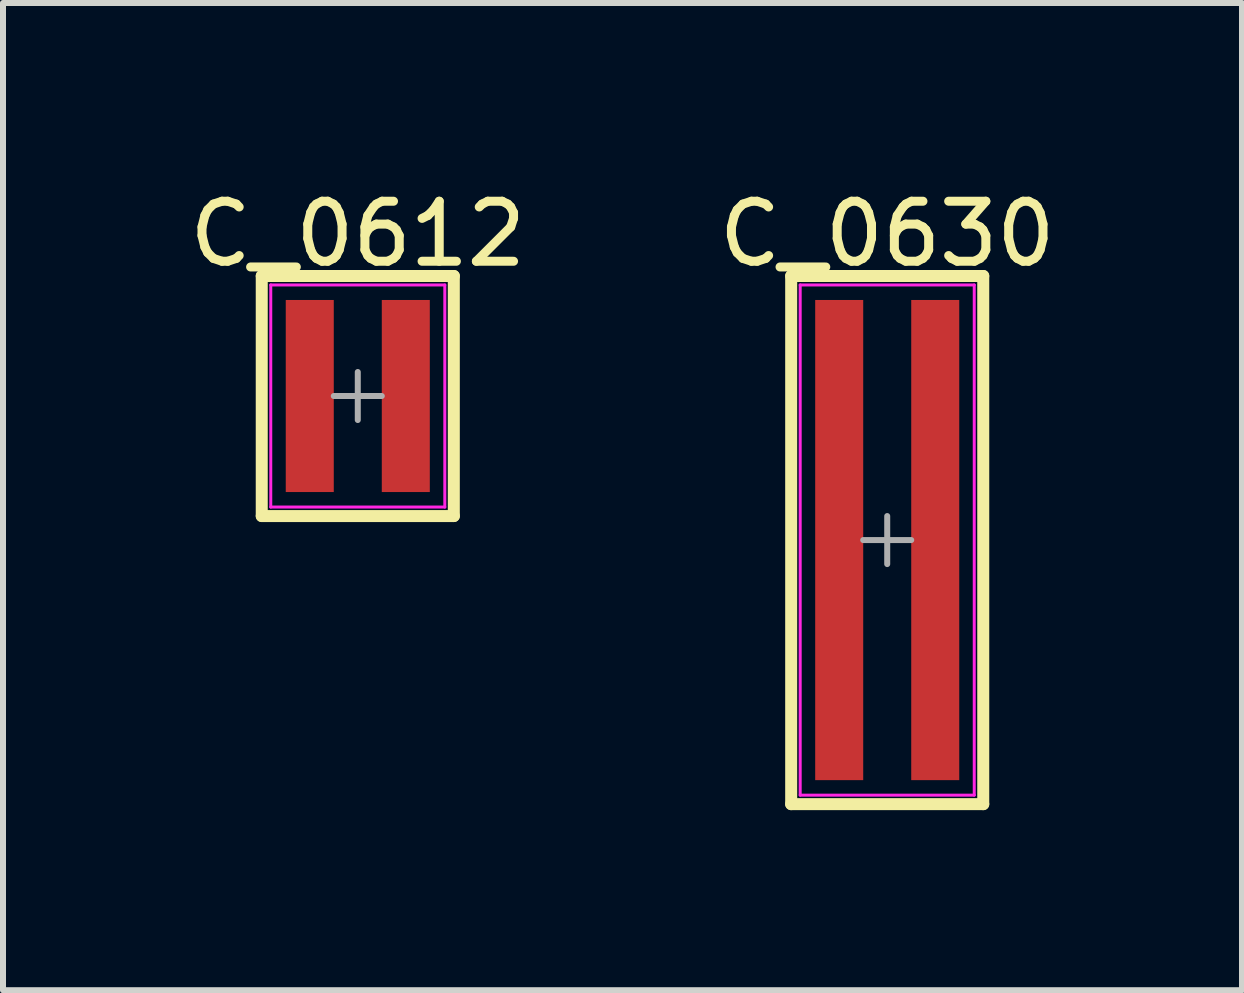
<source format=kicad_pcb>
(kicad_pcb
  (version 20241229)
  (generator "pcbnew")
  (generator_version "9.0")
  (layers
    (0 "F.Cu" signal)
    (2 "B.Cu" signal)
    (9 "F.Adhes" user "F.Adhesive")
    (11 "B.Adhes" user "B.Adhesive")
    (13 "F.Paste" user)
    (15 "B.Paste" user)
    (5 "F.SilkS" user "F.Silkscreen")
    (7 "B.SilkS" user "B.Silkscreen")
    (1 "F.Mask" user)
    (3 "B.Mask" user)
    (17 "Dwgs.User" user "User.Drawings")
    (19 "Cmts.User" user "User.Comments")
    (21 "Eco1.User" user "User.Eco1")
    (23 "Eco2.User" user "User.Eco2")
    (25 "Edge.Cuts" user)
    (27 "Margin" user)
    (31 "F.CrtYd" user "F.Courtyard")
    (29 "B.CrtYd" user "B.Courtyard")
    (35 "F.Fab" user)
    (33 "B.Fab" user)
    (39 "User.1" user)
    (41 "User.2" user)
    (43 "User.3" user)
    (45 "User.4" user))
  (footprint "C_0630"
    (layer "F.Cu")
    (at 11.732 5.948)
    (property "Reference" "C_0630" (at 0 -5.1 0) (layer "F.SilkS") (effects (font (size 1 1) (thickness 0.15))))
    (attr smd)
    (fp_line (start -1.6 -4.4) (end -1.6 4.4) (stroke (width 0.2) (type solid)) (layer "F.SilkS"))
    (fp_line (start -1.6 4.4) (end 1.6 4.4) (stroke (width 0.2) (type solid)) (layer "F.SilkS"))
    (fp_line (start 1.6 -4.4) (end -1.6 -4.4) (stroke (width 0.2) (type solid)) (layer "F.SilkS"))
    (fp_line (start 1.6 4.4) (end 1.6 -4.4) (stroke (width 0.2) (type solid)) (layer "F.SilkS"))
    (fp_line (start -1.45 -4.25) (end -1.45 4.25) (stroke (width 0.05) (type solid)) (layer "F.CrtYd"))
    (fp_line (start -1.45 -4.25) (end 1.45 -4.25) (stroke (width 0.05) (type solid)) (layer "F.CrtYd"))
    (fp_line (start -1.45 4.25) (end 1.45 4.25) (stroke (width 0.05) (type solid)) (layer "F.CrtYd"))
    (fp_line (start 1.45 -4.25) (end 1.45 4.25) (stroke (width 0.05) (type solid)) (layer "F.CrtYd"))
    (fp_line (start -0.4 0) (end 0.4 0) (stroke (width 0.1) (type solid)) (layer "F.Fab"))
    (fp_line (start 0 -0.4) (end 0 0.4) (stroke (width 0.1) (type solid)) (layer "F.Fab"))
    (pad "1" smd rect (at -0.8 0) (size 0.8 8) (layers "F.Cu" "F.Mask" "F.Paste"))
    (pad "2" smd rect (at 0.8 0) (size 0.8 8) (layers "F.Cu" "F.Mask" "F.Paste")))
  (footprint "C_0612"
    (layer "F.Cu")
    (at 2.911 3.548)
    (property "Reference" "C_0612" (at 0 -2.7 0) (layer "F.SilkS") (effects (font (size 1 1) (thickness 0.15))))
    (attr smd)
    (fp_line (start -1.6 -2) (end -1.6 2) (stroke (width 0.2) (type solid)) (layer "F.SilkS"))
    (fp_line (start -1.6 2) (end 1.6 2) (stroke (width 0.2) (type solid)) (layer "F.SilkS"))
    (fp_line (start 1.6 -2) (end -1.6 -2) (stroke (width 0.2) (type solid)) (layer "F.SilkS"))
    (fp_line (start 1.6 2) (end 1.6 -2) (stroke (width 0.2) (type solid)) (layer "F.SilkS"))
    (fp_line (start -1.45 -1.85) (end -1.45 1.85) (stroke (width 0.05) (type solid)) (layer "F.CrtYd"))
    (fp_line (start -1.45 -1.85) (end 1.45 -1.85) (stroke (width 0.05) (type solid)) (layer "F.CrtYd"))
    (fp_line (start -1.45 1.85) (end 1.45 1.85) (stroke (width 0.05) (type solid)) (layer "F.CrtYd"))
    (fp_line (start 1.45 -1.85) (end 1.45 1.85) (stroke (width 0.05) (type solid)) (layer "F.CrtYd"))
    (fp_line (start -0.4 0) (end 0.4 0) (stroke (width 0.1) (type solid)) (layer "F.Fab"))
    (fp_line (start 0 -0.4) (end 0 0.4) (stroke (width 0.1) (type solid)) (layer "F.Fab"))
    (pad "1" smd rect (at -0.8 0) (size 0.8 3.2) (layers "F.Cu" "F.Mask" "F.Paste"))
    (pad "2" smd rect (at 0.8 0) (size 0.8 3.2) (layers "F.Cu" "F.Mask" "F.Paste")))
  (gr_rect
    (start -3 -3)
    (end 17.643 13.448)
    (stroke (width 0.1) (type default))
    (fill no)
    (layer "Edge.Cuts")))
</source>
